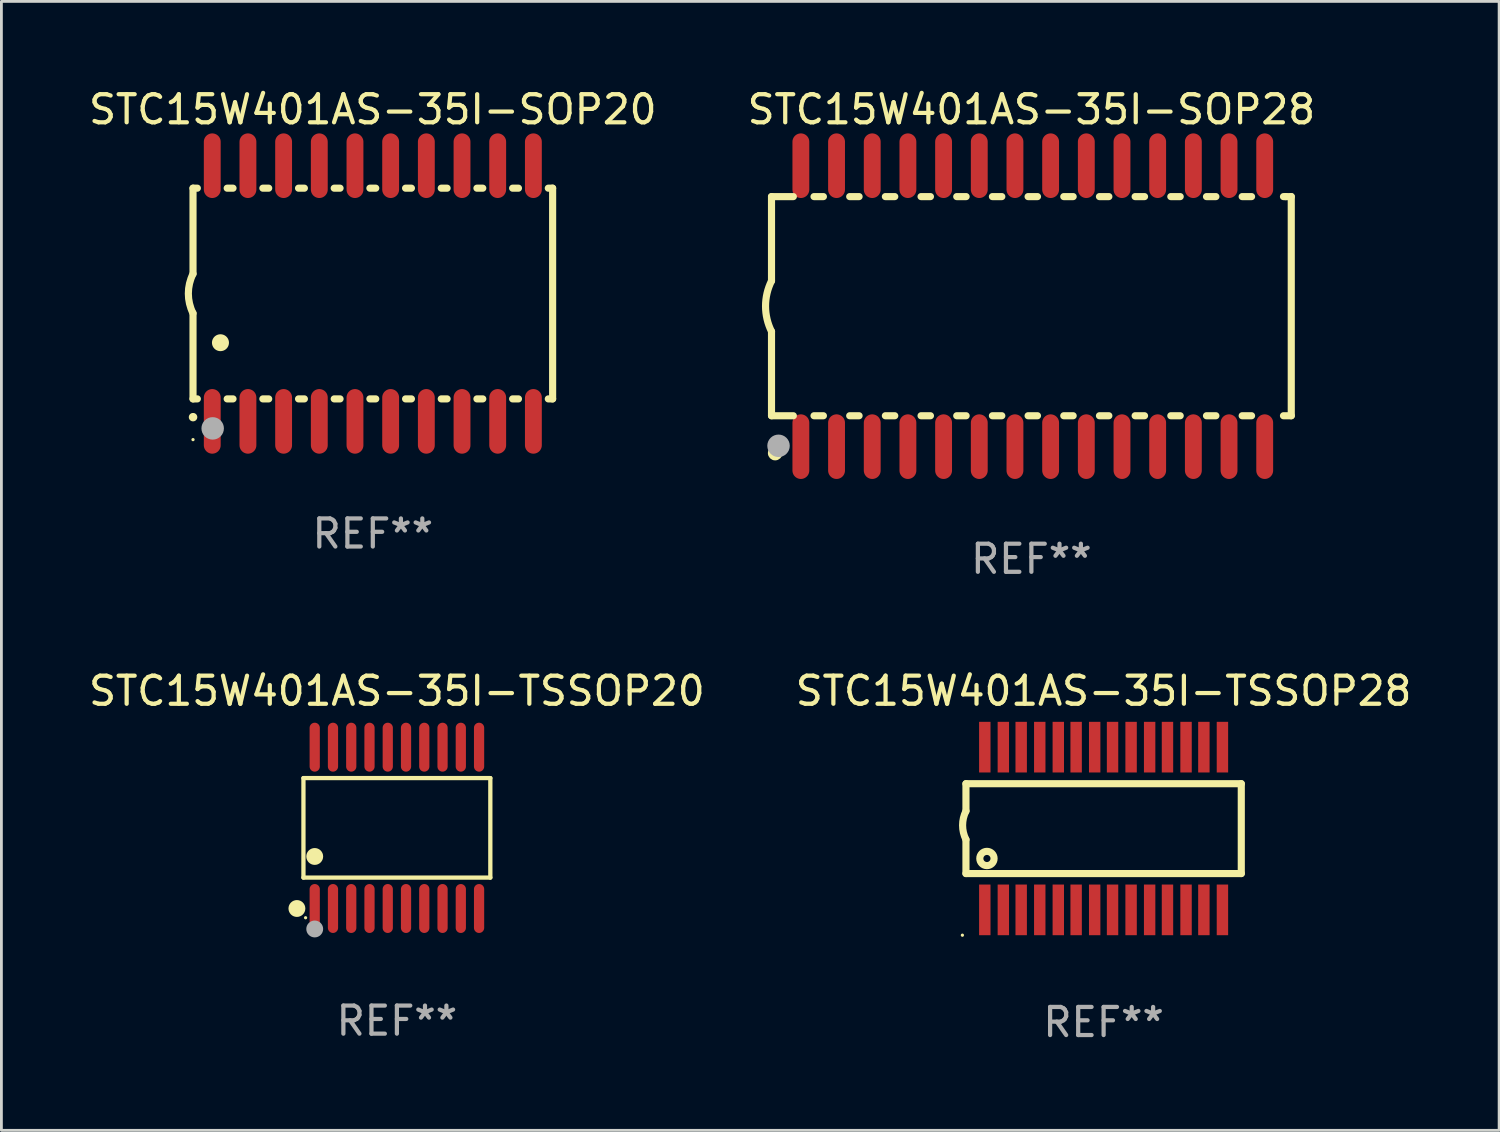
<source format=kicad_pcb>
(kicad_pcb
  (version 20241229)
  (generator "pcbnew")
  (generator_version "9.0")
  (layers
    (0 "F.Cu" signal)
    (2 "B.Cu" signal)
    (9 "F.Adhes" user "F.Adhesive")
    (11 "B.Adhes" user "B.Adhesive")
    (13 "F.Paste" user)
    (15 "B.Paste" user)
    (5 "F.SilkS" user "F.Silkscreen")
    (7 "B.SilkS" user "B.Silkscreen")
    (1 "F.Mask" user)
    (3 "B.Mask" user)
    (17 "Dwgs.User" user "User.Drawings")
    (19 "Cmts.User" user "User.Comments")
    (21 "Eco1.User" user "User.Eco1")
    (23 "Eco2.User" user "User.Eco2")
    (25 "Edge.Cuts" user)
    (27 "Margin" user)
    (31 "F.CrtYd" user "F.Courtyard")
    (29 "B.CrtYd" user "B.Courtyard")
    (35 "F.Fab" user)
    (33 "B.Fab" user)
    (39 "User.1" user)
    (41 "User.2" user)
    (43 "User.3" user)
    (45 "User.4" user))
  (footprint "STC15W401AS-35I-SOP20"
    (layer "F.Cu")
    (at 10.22 7.398)
    (property "Reference" "STC15W401AS-35I-SOP20" (at 0 -6.55 0) (layer "F.SilkS") (effects (font (size 1 1) (thickness 0.15))))
    (attr through_hole)
    (fp_line (start -6.4 -3.75) (end -6.4 -0.7) (stroke (width 0.254) (type solid)) (layer "F.SilkS"))
    (fp_line (start -6.4 -3.75) (end -6.246 -3.75) (stroke (width 0.254) (type solid)) (layer "F.SilkS"))
    (fp_line (start -6.4 3.75) (end -6.4 0.7) (stroke (width 0.254) (type solid)) (layer "F.SilkS"))
    (fp_line (start -6.246 3.75) (end -6.4 3.75) (stroke (width 0.254) (type solid)) (layer "F.SilkS"))
    (fp_line (start -5.184 -3.75) (end -4.976 -3.75) (stroke (width 0.254) (type solid)) (layer "F.SilkS"))
    (fp_line (start -4.976 3.75) (end -5.184 3.75) (stroke (width 0.254) (type solid)) (layer "F.SilkS"))
    (fp_line (start -3.914 -3.75) (end -3.706 -3.75) (stroke (width 0.254) (type solid)) (layer "F.SilkS"))
    (fp_line (start -3.706 3.75) (end -3.914 3.75) (stroke (width 0.254) (type solid)) (layer "F.SilkS"))
    (fp_line (start -2.644 -3.75) (end -2.436 -3.75) (stroke (width 0.254) (type solid)) (layer "F.SilkS"))
    (fp_line (start -2.436 3.75) (end -2.644 3.75) (stroke (width 0.254) (type solid)) (layer "F.SilkS"))
    (fp_line (start -1.374 -3.75) (end -1.166 -3.75) (stroke (width 0.254) (type solid)) (layer "F.SilkS"))
    (fp_line (start -1.166 3.75) (end -1.374 3.75) (stroke (width 0.254) (type solid)) (layer "F.SilkS"))
    (fp_line (start -0.104 -3.75) (end 0.104 -3.75) (stroke (width 0.254) (type solid)) (layer "F.SilkS"))
    (fp_line (start 0.104 3.75) (end -0.104 3.75) (stroke (width 0.254) (type solid)) (layer "F.SilkS"))
    (fp_line (start 1.166 -3.75) (end 1.374 -3.75) (stroke (width 0.254) (type solid)) (layer "F.SilkS"))
    (fp_line (start 1.374 3.75) (end 1.166 3.75) (stroke (width 0.254) (type solid)) (layer "F.SilkS"))
    (fp_line (start 2.436 -3.75) (end 2.644 -3.75) (stroke (width 0.254) (type solid)) (layer "F.SilkS"))
    (fp_line (start 2.644 3.75) (end 2.436 3.75) (stroke (width 0.254) (type solid)) (layer "F.SilkS"))
    (fp_line (start 3.706 -3.75) (end 3.914 -3.75) (stroke (width 0.254) (type solid)) (layer "F.SilkS"))
    (fp_line (start 3.914 3.75) (end 3.706 3.75) (stroke (width 0.254) (type solid)) (layer "F.SilkS"))
    (fp_line (start 4.976 -3.75) (end 5.184 -3.75) (stroke (width 0.254) (type solid)) (layer "F.SilkS"))
    (fp_line (start 5.184 3.75) (end 4.976 3.75) (stroke (width 0.254) (type solid)) (layer "F.SilkS"))
    (fp_line (start 6.246 -3.75) (end 6.4 -3.75) (stroke (width 0.254) (type solid)) (layer "F.SilkS"))
    (fp_line (start 6.4 -3.75) (end 6.4 3.75) (stroke (width 0.254) (type solid)) (layer "F.SilkS"))
    (fp_line (start 6.4 3.75) (end 6.246 3.75) (stroke (width 0.254) (type solid)) (layer "F.SilkS"))
    (fp_arc (start -6.400812 0.701041) (mid -6.565912 0.000428) (end -6.400025 -0.7) (stroke (width 0.254001) (type solid)) (layer "F.SilkS"))
    (fp_arc (start -6.400025 4.4) (mid -6.398755 4.399995) (end -6.397485 4.4) (stroke (width 0.3) (type solid)) (layer "F.SilkS"))
    (fp_arc (start -5.425451 1.750064) (mid -5.422911 1.750053) (end -5.420371 1.750064) (stroke (width 0.6) (type solid)) (layer "F.SilkS"))
    (fp_circle (center -6.4 5.2) (end -6.37 5.2) (stroke (width 0.06) (type solid)) (fill no) (layer "F.SilkS"))
    (fp_circle (center -5.7 4.8) (end -5.5 4.8) (stroke (width 0.4) (type solid)) (fill no) (layer "F.Fab"))
    (fp_text user "REF**" (at 0 8.55 0) (layer "F.Fab") (effects (font (size 1 1) (thickness 0.15))))
    (pad "1" smd oval (at -5.715 4.55 180) (size 0.6 2.3) (layers "F.Cu" "F.Mask" "F.Paste"))
    (pad "2" smd oval (at -4.445 4.55 180) (size 0.6 2.3) (layers "F.Cu" "F.Mask" "F.Paste"))
    (pad "3" smd oval (at -3.175 4.55 180) (size 0.6 2.3) (layers "F.Cu" "F.Mask" "F.Paste"))
    (pad "4" smd oval (at -1.905 4.55 180) (size 0.6 2.3) (layers "F.Cu" "F.Mask" "F.Paste"))
    (pad "5" smd oval (at -0.635 4.55 180) (size 0.6 2.3) (layers "F.Cu" "F.Mask" "F.Paste"))
    (pad "6" smd oval (at 0.635 4.55 180) (size 0.6 2.3) (layers "F.Cu" "F.Mask" "F.Paste"))
    (pad "7" smd oval (at 1.905 4.55 180) (size 0.6 2.3) (layers "F.Cu" "F.Mask" "F.Paste"))
    (pad "8" smd oval (at 3.175 4.55 180) (size 0.6 2.3) (layers "F.Cu" "F.Mask" "F.Paste"))
    (pad "9" smd oval (at 4.445 4.55 180) (size 0.6 2.3) (layers "F.Cu" "F.Mask" "F.Paste"))
    (pad "10" smd oval (at 5.715 4.55 180) (size 0.6 2.3) (layers "F.Cu" "F.Mask" "F.Paste"))
    (pad "11" smd oval (at 5.715 -4.55 180) (size 0.6 2.3) (layers "F.Cu" "F.Mask" "F.Paste"))
    (pad "12" smd oval (at 4.445 -4.55 180) (size 0.6 2.3) (layers "F.Cu" "F.Mask" "F.Paste"))
    (pad "13" smd oval (at 3.175 -4.55 180) (size 0.6 2.3) (layers "F.Cu" "F.Mask" "F.Paste"))
    (pad "14" smd oval (at 1.905 -4.55 180) (size 0.6 2.3) (layers "F.Cu" "F.Mask" "F.Paste"))
    (pad "15" smd oval (at 0.635 -4.55 180) (size 0.6 2.3) (layers "F.Cu" "F.Mask" "F.Paste"))
    (pad "16" smd oval (at -0.635 -4.55 180) (size 0.6 2.3) (layers "F.Cu" "F.Mask" "F.Paste"))
    (pad "17" smd oval (at -1.905 -4.55 180) (size 0.6 2.3) (layers "F.Cu" "F.Mask" "F.Paste"))
    (pad "18" smd oval (at -3.175 -4.55 180) (size 0.6 2.3) (layers "F.Cu" "F.Mask" "F.Paste"))
    (pad "19" smd oval (at -4.445 -4.55 180) (size 0.6 2.3) (layers "F.Cu" "F.Mask" "F.Paste"))
    (pad "20" smd oval (at -5.715 -4.55 180) (size 0.6 2.3) (layers "F.Cu" "F.Mask" "F.Paste")))
  (footprint "STC15W401AS-35I-TSSOP28"
    (layer "F.Cu")
    (at 36.232 26.44)
    (property "Reference" "STC15W401AS-35I-TSSOP28" (at 0 -4.896 0) (layer "F.SilkS") (effects (font (size 1 1) (thickness 0.15))))
    (attr through_hole)
    (fp_line (start -4.9 -1.595) (end -4.9 -0.622) (stroke (width 0.254) (type solid)) (layer "F.SilkS"))
    (fp_line (start -4.9 1.603) (end -4.9 0.394) (stroke (width 0.254) (type solid)) (layer "F.SilkS"))
    (fp_line (start 4.9 -1.595) (end -4.9 -1.595) (stroke (width 0.254) (type solid)) (layer "F.SilkS"))
    (fp_line (start 4.9 1.603) (end -4.9 1.603) (stroke (width 0.254) (type solid)) (layer "F.SilkS"))
    (fp_line (start 4.9 1.603) (end 4.9 -1.595) (stroke (width 0.254) (type solid)) (layer "F.SilkS"))
    (fp_arc (start -4.89967 0.393701) (mid -5.019593 -0.1143) (end -4.89967 -0.622301) (stroke (width 0.254001) (type solid)) (layer "F.SilkS"))
    (fp_circle (center -5.027 3.797) (end -4.997 3.797) (stroke (width 0.06) (type solid)) (fill no) (layer "F.SilkS"))
    (fp_circle (center -4.153 1.067) (end -3.899 1.067) (stroke (width 0.254) (type solid)) (fill no) (layer "F.SilkS"))
    (fp_text user "REF**" (at 0 6.896 0) (layer "F.Fab") (effects (font (size 1 1) (thickness 0.15))))
    (pad "1" smd rect (at -4.229 2.896 90) (size 1.803 0.406) (layers "F.Cu" "F.Mask" "F.Paste"))
    (pad "2" smd rect (at -3.569 2.896 90) (size 1.803 0.406) (layers "F.Cu" "F.Mask" "F.Paste"))
    (pad "3" smd rect (at -2.934 2.896 90) (size 1.803 0.406) (layers "F.Cu" "F.Mask" "F.Paste"))
    (pad "4" smd rect (at -2.273 2.896 90) (size 1.803 0.406) (layers "F.Cu" "F.Mask" "F.Paste"))
    (pad "5" smd rect (at -1.613 2.896 90) (size 1.803 0.406) (layers "F.Cu" "F.Mask" "F.Paste"))
    (pad "6" smd rect (at -0.978 2.896 90) (size 1.803 0.406) (layers "F.Cu" "F.Mask" "F.Paste"))
    (pad "7" smd rect (at -0.318 2.896 90) (size 1.803 0.406) (layers "F.Cu" "F.Mask" "F.Paste"))
    (pad "8" smd rect (at 0.318 2.896 90) (size 1.803 0.406) (layers "F.Cu" "F.Mask" "F.Paste"))
    (pad "9" smd rect (at 0.978 2.896 90) (size 1.803 0.406) (layers "F.Cu" "F.Mask" "F.Paste"))
    (pad "10" smd rect (at 1.638 2.896 90) (size 1.803 0.406) (layers "F.Cu" "F.Mask" "F.Paste"))
    (pad "11" smd rect (at 2.273 2.896 90) (size 1.803 0.406) (layers "F.Cu" "F.Mask" "F.Paste"))
    (pad "12" smd rect (at 2.934 2.896 90) (size 1.803 0.406) (layers "F.Cu" "F.Mask" "F.Paste"))
    (pad "13" smd rect (at 3.569 2.896 90) (size 1.803 0.406) (layers "F.Cu" "F.Mask" "F.Paste"))
    (pad "14" smd rect (at 4.229 2.896 90) (size 1.803 0.406) (layers "F.Cu" "F.Mask" "F.Paste"))
    (pad "15" smd rect (at 4.229 -2.896 90) (size 1.803 0.406) (layers "F.Cu" "F.Mask" "F.Paste"))
    (pad "16" smd rect (at 3.569 -2.896 90) (size 1.803 0.406) (layers "F.Cu" "F.Mask" "F.Paste"))
    (pad "17" smd rect (at 2.934 -2.896 90) (size 1.803 0.406) (layers "F.Cu" "F.Mask" "F.Paste"))
    (pad "18" smd rect (at 2.273 -2.896 90) (size 1.803 0.406) (layers "F.Cu" "F.Mask" "F.Paste"))
    (pad "19" smd rect (at 1.638 -2.896 90) (size 1.803 0.406) (layers "F.Cu" "F.Mask" "F.Paste"))
    (pad "20" smd rect (at 0.978 -2.896 90) (size 1.803 0.406) (layers "F.Cu" "F.Mask" "F.Paste"))
    (pad "21" smd rect (at 0.318 -2.896 90) (size 1.803 0.406) (layers "F.Cu" "F.Mask" "F.Paste"))
    (pad "22" smd rect (at -0.318 -2.896 90) (size 1.803 0.406) (layers "F.Cu" "F.Mask" "F.Paste"))
    (pad "23" smd rect (at -0.978 -2.896 90) (size 1.803 0.406) (layers "F.Cu" "F.Mask" "F.Paste"))
    (pad "24" smd rect (at -1.613 -2.896 90) (size 1.803 0.406) (layers "F.Cu" "F.Mask" "F.Paste"))
    (pad "25" smd rect (at -2.273 -2.896 90) (size 1.803 0.406) (layers "F.Cu" "F.Mask" "F.Paste"))
    (pad "26" smd rect (at -2.934 -2.896 90) (size 1.803 0.406) (layers "F.Cu" "F.Mask" "F.Paste"))
    (pad "27" smd rect (at -3.569 -2.896 90) (size 1.803 0.406) (layers "F.Cu" "F.Mask" "F.Paste"))
    (pad "28" smd rect (at -4.229 -2.896 90) (size 1.803 0.406) (layers "F.Cu" "F.Mask" "F.Paste")))
  (footprint "STC15W401AS-35I-SOP28"
    (layer "F.Cu")
    (at 33.661 7.848)
    (property "Reference" "STC15W401AS-35I-SOP28" (at 0 -7 0) (layer "F.SilkS") (effects (font (size 1 1) (thickness 0.15))))
    (attr through_hole)
    (fp_line (start -9.25 -3.9) (end -9.25 -0.9) (stroke (width 0.254) (type solid)) (layer "F.SilkS"))
    (fp_line (start -9.25 -3.9) (end -8.473 -3.9) (stroke (width 0.254) (type solid)) (layer "F.SilkS"))
    (fp_line (start -9.25 3.9) (end -9.25 0.9) (stroke (width 0.254) (type solid)) (layer "F.SilkS"))
    (fp_line (start -9.25 3.9) (end -8.473 3.9) (stroke (width 0.254) (type solid)) (layer "F.SilkS"))
    (fp_line (start -7.737 -3.9) (end -7.403 -3.9) (stroke (width 0.254) (type solid)) (layer "F.SilkS"))
    (fp_line (start -7.737 3.9) (end -7.403 3.9) (stroke (width 0.254) (type solid)) (layer "F.SilkS"))
    (fp_line (start -6.467 3.9) (end -6.133 3.9) (stroke (width 0.254) (type solid)) (layer "F.SilkS"))
    (fp_line (start -6.467 -3.9) (end -6.133 -3.9) (stroke (width 0.254) (type solid)) (layer "F.SilkS"))
    (fp_line (start -5.197 3.9) (end -4.863 3.9) (stroke (width 0.254) (type solid)) (layer "F.SilkS"))
    (fp_line (start -5.197 -3.9) (end -4.863 -3.9) (stroke (width 0.254) (type solid)) (layer "F.SilkS"))
    (fp_line (start -3.927 3.9) (end -3.593 3.9) (stroke (width 0.254) (type solid)) (layer "F.SilkS"))
    (fp_line (start -3.927 -3.9) (end -3.593 -3.9) (stroke (width 0.254) (type solid)) (layer "F.SilkS"))
    (fp_line (start -2.657 3.9) (end -2.323 3.9) (stroke (width 0.254) (type solid)) (layer "F.SilkS"))
    (fp_line (start -2.657 -3.9) (end -2.323 -3.9) (stroke (width 0.254) (type solid)) (layer "F.SilkS"))
    (fp_line (start -1.387 3.9) (end -1.053 3.9) (stroke (width 0.254) (type solid)) (layer "F.SilkS"))
    (fp_line (start -1.387 -3.9) (end -1.053 -3.9) (stroke (width 0.254) (type solid)) (layer "F.SilkS"))
    (fp_line (start -0.117 3.9) (end 0.217 3.9) (stroke (width 0.254) (type solid)) (layer "F.SilkS"))
    (fp_line (start -0.117 -3.9) (end 0.217 -3.9) (stroke (width 0.254) (type solid)) (layer "F.SilkS"))
    (fp_line (start 1.153 3.9) (end 1.487 3.9) (stroke (width 0.254) (type solid)) (layer "F.SilkS"))
    (fp_line (start 1.153 -3.9) (end 1.487 -3.9) (stroke (width 0.254) (type solid)) (layer "F.SilkS"))
    (fp_line (start 2.423 3.9) (end 2.757 3.9) (stroke (width 0.254) (type solid)) (layer "F.SilkS"))
    (fp_line (start 2.423 -3.9) (end 2.757 -3.9) (stroke (width 0.254) (type solid)) (layer "F.SilkS"))
    (fp_line (start 3.693 3.9) (end 4.027 3.9) (stroke (width 0.254) (type solid)) (layer "F.SilkS"))
    (fp_line (start 3.693 -3.9) (end 4.027 -3.9) (stroke (width 0.254) (type solid)) (layer "F.SilkS"))
    (fp_line (start 4.963 3.9) (end 5.297 3.9) (stroke (width 0.254) (type solid)) (layer "F.SilkS"))
    (fp_line (start 4.963 -3.9) (end 5.297 -3.9) (stroke (width 0.254) (type solid)) (layer "F.SilkS"))
    (fp_line (start 6.233 3.9) (end 6.567 3.9) (stroke (width 0.254) (type solid)) (layer "F.SilkS"))
    (fp_line (start 6.233 -3.9) (end 6.567 -3.9) (stroke (width 0.254) (type solid)) (layer "F.SilkS"))
    (fp_line (start 7.503 -3.9) (end 7.837 -3.9) (stroke (width 0.254) (type solid)) (layer "F.SilkS"))
    (fp_line (start 7.503 3.9) (end 7.837 3.9) (stroke (width 0.254) (type solid)) (layer "F.SilkS"))
    (fp_line (start 8.973 -3.9) (end 9.05 -3.9) (stroke (width 0.254) (type solid)) (layer "F.SilkS"))
    (fp_line (start 8.973 3.9) (end 9.25 3.9) (stroke (width 0.254) (type solid)) (layer "F.SilkS"))
    (fp_line (start 9.05 -3.9) (end 9.25 -3.9) (stroke (width 0.254) (type solid)) (layer "F.SilkS"))
    (fp_line (start 9.25 -3.9) (end 9.25 3.9) (stroke (width 0.254) (type solid)) (layer "F.SilkS"))
    (fp_arc (start -9.249619 0.900432) (mid -9.462013 0.000246) (end -9.249873 -0.9) (stroke (width 0.254001) (type solid)) (layer "F.SilkS"))
    (fp_circle (center -9.2 5.3) (end -9.17 5.3) (stroke (width 0.06) (type solid)) (fill no) (layer "F.SilkS"))
    (fp_circle (center -9.12 5.23) (end -8.988 5.23) (stroke (width 0.254) (type solid)) (fill no) (layer "F.SilkS"))
    (fp_circle (center -9 4.97) (end -8.8 4.97) (stroke (width 0.4) (type solid)) (fill no) (layer "F.Fab"))
    (fp_text user "REF**" (at 0 9 0) (layer "F.Fab") (effects (font (size 1 1) (thickness 0.15))))
    (pad "1" smd oval (at -8.205 5) (size 0.6 2.3) (layers "F.Cu" "F.Mask" "F.Paste"))
    (pad "2" smd oval (at -6.935 5) (size 0.6 2.3) (layers "F.Cu" "F.Mask" "F.Paste"))
    (pad "3" smd oval (at -5.665 5) (size 0.6 2.3) (layers "F.Cu" "F.Mask" "F.Paste"))
    (pad "4" smd oval (at -4.395 5) (size 0.6 2.3) (layers "F.Cu" "F.Mask" "F.Paste"))
    (pad "5" smd oval (at -3.125 5) (size 0.6 2.3) (layers "F.Cu" "F.Mask" "F.Paste"))
    (pad "6" smd oval (at -1.855 5) (size 0.6 2.3) (layers "F.Cu" "F.Mask" "F.Paste"))
    (pad "7" smd oval (at -0.585 5) (size 0.6 2.3) (layers "F.Cu" "F.Mask" "F.Paste"))
    (pad "8" smd oval (at 0.685 5) (size 0.6 2.3) (layers "F.Cu" "F.Mask" "F.Paste"))
    (pad "9" smd oval (at 1.955 5) (size 0.6 2.3) (layers "F.Cu" "F.Mask" "F.Paste"))
    (pad "10" smd oval (at 3.225 5) (size 0.6 2.3) (layers "F.Cu" "F.Mask" "F.Paste"))
    (pad "11" smd oval (at 4.495 5) (size 0.6 2.3) (layers "F.Cu" "F.Mask" "F.Paste"))
    (pad "12" smd oval (at 5.765 5) (size 0.6 2.3) (layers "F.Cu" "F.Mask" "F.Paste"))
    (pad "13" smd oval (at 7.035 5) (size 0.6 2.3) (layers "F.Cu" "F.Mask" "F.Paste"))
    (pad "14" smd oval (at 8.305 5) (size 0.6 2.3) (layers "F.Cu" "F.Mask" "F.Paste"))
    (pad "15" smd oval (at 8.305 -5) (size 0.6 2.3) (layers "F.Cu" "F.Mask" "F.Paste"))
    (pad "16" smd oval (at 7.035 -5) (size 0.6 2.3) (layers "F.Cu" "F.Mask" "F.Paste"))
    (pad "17" smd oval (at 5.765 -5) (size 0.6 2.3) (layers "F.Cu" "F.Mask" "F.Paste"))
    (pad "18" smd oval (at 4.495 -5) (size 0.6 2.3) (layers "F.Cu" "F.Mask" "F.Paste"))
    (pad "19" smd oval (at 3.225 -5) (size 0.6 2.3) (layers "F.Cu" "F.Mask" "F.Paste"))
    (pad "20" smd oval (at 1.955 -5) (size 0.6 2.3) (layers "F.Cu" "F.Mask" "F.Paste"))
    (pad "21" smd oval (at 0.685 -5) (size 0.6 2.3) (layers "F.Cu" "F.Mask" "F.Paste"))
    (pad "22" smd oval (at -0.585 -5) (size 0.6 2.3) (layers "F.Cu" "F.Mask" "F.Paste"))
    (pad "23" smd oval (at -1.855 -5) (size 0.6 2.3) (layers "F.Cu" "F.Mask" "F.Paste"))
    (pad "24" smd oval (at -3.125 -5) (size 0.6 2.3) (layers "F.Cu" "F.Mask" "F.Paste"))
    (pad "25" smd oval (at -4.395 -5) (size 0.6 2.3) (layers "F.Cu" "F.Mask" "F.Paste"))
    (pad "26" smd oval (at -5.665 -5) (size 0.6 2.3) (layers "F.Cu" "F.Mask" "F.Paste"))
    (pad "27" smd oval (at -6.935 -5) (size 0.6 2.3) (layers "F.Cu" "F.Mask" "F.Paste"))
    (pad "28" smd oval (at -8.205 -5) (size 0.6 2.3) (layers "F.Cu" "F.Mask" "F.Paste")))
  (footprint "STC15W401AS-35I-TSSOP20"
    (layer "F.Cu")
    (at 11.077 26.416)
    (property "Reference" "STC15W401AS-35I-TSSOP20" (at 0 -4.871 0) (layer "F.SilkS") (effects (font (size 1 1) (thickness 0.15))))
    (attr through_hole)
    (fp_line (start -3.326 -1.771) (end 3.326 -1.771) (stroke (width 0.152) (type solid)) (layer "F.SilkS"))
    (fp_line (start -3.326 1.771) (end -3.326 -1.771) (stroke (width 0.152) (type solid)) (layer "F.SilkS"))
    (fp_line (start 3.326 -1.771) (end 3.326 1.771) (stroke (width 0.152) (type solid)) (layer "F.SilkS"))
    (fp_line (start 3.326 1.771) (end -3.326 1.771) (stroke (width 0.152) (type solid)) (layer "F.SilkS"))
    (fp_circle (center -3.559 2.871) (end -3.409 2.871) (stroke (width 0.3) (type solid)) (fill no) (layer "F.SilkS"))
    (fp_circle (center -3.25 3.2) (end -3.22 3.2) (stroke (width 0.06) (type solid)) (fill no) (layer "F.SilkS"))
    (fp_circle (center -2.925 1.019) (end -2.775 1.019) (stroke (width 0.3) (type solid)) (fill no) (layer "F.SilkS"))
    (fp_circle (center -2.925 3.6) (end -2.775 3.6) (stroke (width 0.3) (type solid)) (fill no) (layer "F.Fab"))
    (fp_text user "REF**" (at 0 6.871 0) (layer "F.Fab") (effects (font (size 1 1) (thickness 0.15))))
    (pad "1" smd oval (at -2.925 2.871) (size 0.364 1.742) (layers "F.Cu" "F.Mask" "F.Paste"))
    (pad "2" smd oval (at -2.275 2.871) (size 0.364 1.742) (layers "F.Cu" "F.Mask" "F.Paste"))
    (pad "3" smd oval (at -1.625 2.871) (size 0.364 1.742) (layers "F.Cu" "F.Mask" "F.Paste"))
    (pad "4" smd oval (at -0.975 2.871) (size 0.364 1.742) (layers "F.Cu" "F.Mask" "F.Paste"))
    (pad "5" smd oval (at -0.325 2.871) (size 0.364 1.742) (layers "F.Cu" "F.Mask" "F.Paste"))
    (pad "6" smd oval (at 0.325 2.871) (size 0.364 1.742) (layers "F.Cu" "F.Mask" "F.Paste"))
    (pad "7" smd oval (at 0.975 2.871) (size 0.364 1.742) (layers "F.Cu" "F.Mask" "F.Paste"))
    (pad "8" smd oval (at 1.625 2.871) (size 0.364 1.742) (layers "F.Cu" "F.Mask" "F.Paste"))
    (pad "9" smd oval (at 2.275 2.871) (size 0.364 1.742) (layers "F.Cu" "F.Mask" "F.Paste"))
    (pad "10" smd oval (at 2.925 2.871) (size 0.364 1.742) (layers "F.Cu" "F.Mask" "F.Paste"))
    (pad "11" smd oval (at 2.925 -2.871) (size 0.364 1.742) (layers "F.Cu" "F.Mask" "F.Paste"))
    (pad "12" smd oval (at 2.275 -2.871) (size 0.364 1.742) (layers "F.Cu" "F.Mask" "F.Paste"))
    (pad "13" smd oval (at 1.625 -2.871) (size 0.364 1.742) (layers "F.Cu" "F.Mask" "F.Paste"))
    (pad "14" smd oval (at 0.975 -2.871) (size 0.364 1.742) (layers "F.Cu" "F.Mask" "F.Paste"))
    (pad "15" smd oval (at 0.325 -2.871) (size 0.364 1.742) (layers "F.Cu" "F.Mask" "F.Paste"))
    (pad "16" smd oval (at -0.325 -2.871) (size 0.364 1.742) (layers "F.Cu" "F.Mask" "F.Paste"))
    (pad "17" smd oval (at -0.975 -2.871) (size 0.364 1.742) (layers "F.Cu" "F.Mask" "F.Paste"))
    (pad "18" smd oval (at -1.625 -2.871) (size 0.364 1.742) (layers "F.Cu" "F.Mask" "F.Paste"))
    (pad "19" smd oval (at -2.275 -2.871) (size 0.364 1.742) (layers "F.Cu" "F.Mask" "F.Paste"))
    (pad "20" smd oval (at -2.925 -2.871) (size 0.364 1.742) (layers "F.Cu" "F.Mask" "F.Paste")))
  (gr_rect
    (start -3 -3)
    (end 50.31 37.184)
    (stroke (width 0.1) (type default))
    (fill no)
    (layer "Edge.Cuts")))
</source>
